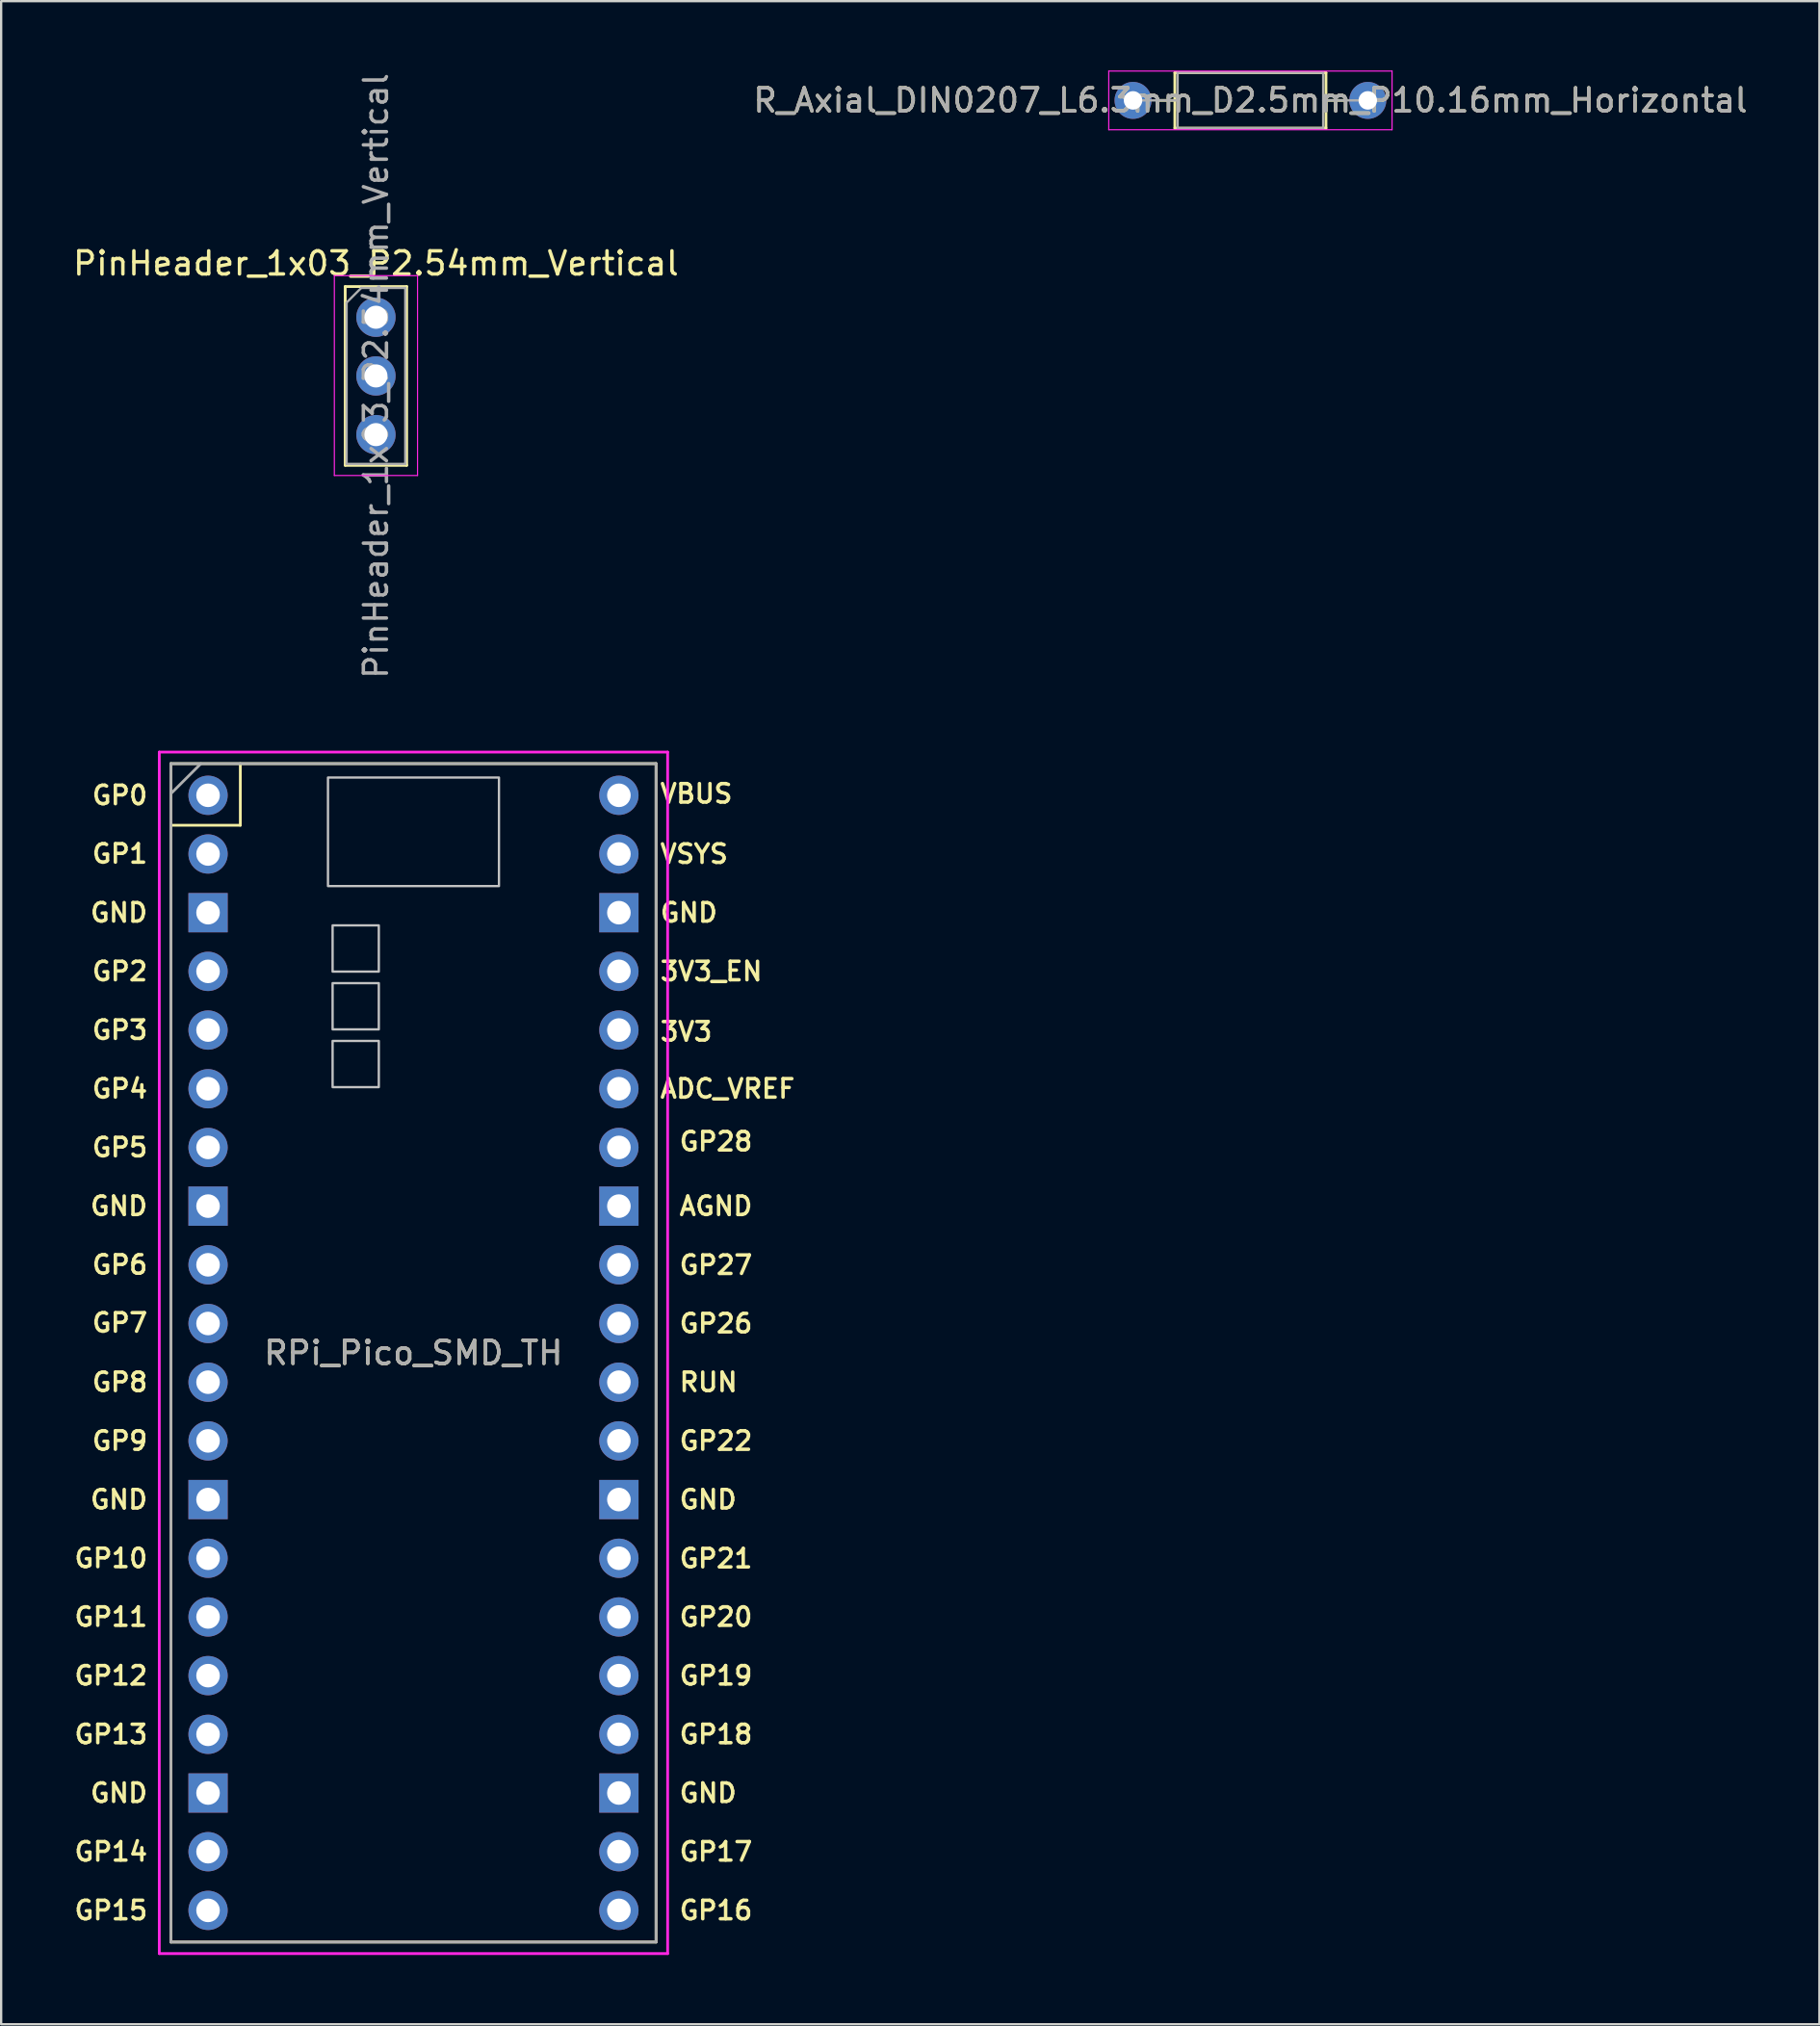
<source format=kicad_pcb>
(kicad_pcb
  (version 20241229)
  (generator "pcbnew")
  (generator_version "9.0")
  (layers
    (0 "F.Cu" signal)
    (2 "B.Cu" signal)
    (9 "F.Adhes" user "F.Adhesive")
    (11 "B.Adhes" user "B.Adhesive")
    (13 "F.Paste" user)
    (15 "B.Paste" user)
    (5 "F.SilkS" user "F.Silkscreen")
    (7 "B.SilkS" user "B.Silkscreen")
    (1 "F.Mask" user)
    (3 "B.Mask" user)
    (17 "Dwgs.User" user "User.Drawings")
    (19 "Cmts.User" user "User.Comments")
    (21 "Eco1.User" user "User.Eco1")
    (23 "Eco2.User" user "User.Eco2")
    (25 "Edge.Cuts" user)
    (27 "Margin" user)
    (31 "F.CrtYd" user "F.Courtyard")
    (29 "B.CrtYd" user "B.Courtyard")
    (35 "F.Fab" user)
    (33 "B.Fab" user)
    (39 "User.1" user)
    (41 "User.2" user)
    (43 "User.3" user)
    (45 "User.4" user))
  (footprint "RPi_Pico_SMD_TH"
    (layer "F.Cu")
    (at 14.844 55.5)
    (property "Reference" "RPi_Pico_SMD_TH" (at 0 0 0) (layer "F.SilkS") (effects (font (size 1 1) (thickness 0.15))))
    (attr through_hole)
    (fp_line (start -10.5 -25.5) (end -10.5 25.5) (stroke (width 0.12) (type solid)) (layer "F.SilkS"))
    (fp_line (start -10.5 -25.5) (end 10.5 -25.5) (stroke (width 0.12) (type solid)) (layer "F.SilkS"))
    (fp_line (start -10.5 -22.833) (end -7.493 -22.833) (stroke (width 0.12) (type solid)) (layer "F.SilkS"))
    (fp_line (start -7.493 -22.833) (end -7.493 -25.5) (stroke (width 0.12) (type solid)) (layer "F.SilkS"))
    (fp_line (start 10.5 -25.5) (end 10.5 25.5) (stroke (width 0.12) (type solid)) (layer "F.SilkS"))
    (fp_line (start 10.5 25.5) (end -10.5 25.5) (stroke (width 0.12) (type solid)) (layer "F.SilkS"))
    (fp_poly (pts (xy -1.5 -16.5) (xy -3.5 -16.5) (xy -3.5 -18.5) (xy -1.5 -18.5)) (stroke (width 0.1) (type solid)) (fill no) (layer "Dwgs.User"))
    (fp_poly (pts (xy -1.5 -14) (xy -3.5 -14) (xy -3.5 -16) (xy -1.5 -16)) (stroke (width 0.1) (type solid)) (fill no) (layer "Dwgs.User"))
    (fp_poly (pts (xy -1.5 -11.5) (xy -3.5 -11.5) (xy -3.5 -13.5) (xy -1.5 -13.5)) (stroke (width 0.1) (type solid)) (fill no) (layer "Dwgs.User"))
    (fp_poly (pts (xy 3.7 -20.2) (xy -3.7 -20.2) (xy -3.7 -24.9) (xy 3.7 -24.9)) (stroke (width 0.1) (type solid)) (fill no) (layer "Dwgs.User"))
    (fp_line (start -11 -26) (end 11 -26) (stroke (width 0.12) (type solid)) (layer "F.CrtYd"))
    (fp_line (start -11 26) (end -11 -26) (stroke (width 0.12) (type solid)) (layer "F.CrtYd"))
    (fp_line (start 11 -26) (end 11 26) (stroke (width 0.12) (type solid)) (layer "F.CrtYd"))
    (fp_line (start 11 26) (end -11 26) (stroke (width 0.12) (type solid)) (layer "F.CrtYd"))
    (fp_line (start -10.5 -25.5) (end 10.5 -25.5) (stroke (width 0.12) (type solid)) (layer "F.Fab"))
    (fp_line (start -10.5 -24.2) (end -9.2 -25.5) (stroke (width 0.12) (type solid)) (layer "F.Fab"))
    (fp_line (start -10.5 25.5) (end -10.5 -25.5) (stroke (width 0.12) (type solid)) (layer "F.Fab"))
    (fp_line (start 10.5 -25.5) (end 10.5 25.5) (stroke (width 0.12) (type solid)) (layer "F.Fab"))
    (fp_line (start 10.5 25.5) (end -10.5 25.5) (stroke (width 0.12) (type solid)) (layer "F.Fab"))
    (fp_text user "AGND" (at 11.43 -6.35 0) (layer "F.SilkS") (effects (font (size 0.8 0.8) (thickness 0.15)) (justify left)))
    (fp_text user "GND" (at 11.43 6.35 0) (layer "F.SilkS") (effects (font (size 0.8 0.8) (thickness 0.15)) (justify left)))
    (fp_text user "GP5" (at -11.43 -8.89 0) (layer "F.SilkS") (effects (font (size 0.8 0.8) (thickness 0.15)) (justify right)))
    (fp_text user "GP22" (at 11.43 3.81 0) (layer "F.SilkS") (effects (font (size 0.8 0.8) (thickness 0.15)) (justify left)))
    (fp_text user "GP18" (at 11.43 16.51 0) (layer "F.SilkS") (effects (font (size 0.8 0.8) (thickness 0.15)) (justify left)))
    (fp_text user "GP11" (at -11.43 11.43 0) (layer "F.SilkS") (effects (font (size 0.8 0.8) (thickness 0.15)) (justify right)))
    (fp_text user "GP13" (at -11.43 16.51 0) (layer "F.SilkS") (effects (font (size 0.8 0.8) (thickness 0.15)) (justify right)))
    (fp_text user "3V3_EN" (at 10.6 -16.51 0) (layer "F.SilkS") (effects (font (size 0.8 0.8) (thickness 0.15)) (justify left)))
    (fp_text user "GND" (at -11.43 6.35 0) (layer "F.SilkS") (effects (font (size 0.8 0.8) (thickness 0.15)) (justify right)))
    (fp_text user "GND" (at 10.6 -19.05 0) (layer "F.SilkS") (effects (font (size 0.8 0.8) (thickness 0.15)) (justify left)))
    (fp_text user "RUN" (at 11.43 1.27 0) (layer "F.SilkS") (effects (font (size 0.8 0.8) (thickness 0.15)) (justify left)))
    (fp_text user "GND" (at -11.43 -6.35 0) (layer "F.SilkS") (effects (font (size 0.8 0.8) (thickness 0.15)) (justify right)))
    (fp_text user "GP21" (at 11.43 8.9 0) (layer "F.SilkS") (effects (font (size 0.8 0.8) (thickness 0.15)) (justify left)))
    (fp_text user "GP0" (at -11.43 -24.13 0) (layer "F.SilkS") (effects (font (size 0.8 0.8) (thickness 0.15)) (justify right)))
    (fp_text user "GP16" (at 11.43 24.13 0) (layer "F.SilkS") (effects (font (size 0.8 0.8) (thickness 0.15)) (justify left)))
    (fp_text user "GP17" (at 11.43 21.59 0) (layer "F.SilkS") (effects (font (size 0.8 0.8) (thickness 0.15)) (justify left)))
    (fp_text user "GP1" (at -11.43 -21.6 0) (layer "F.SilkS") (effects (font (size 0.8 0.8) (thickness 0.15)) (justify right)))
    (fp_text user "GP15" (at -11.43 24.13 0) (layer "F.SilkS") (effects (font (size 0.8 0.8) (thickness 0.15)) (justify right)))
    (fp_text user "VBUS" (at 10.6 -24.2 0) (layer "F.SilkS") (effects (font (size 0.8 0.8) (thickness 0.15)) (justify left)))
    (fp_text user "GND" (at -11.43 -19.05 0) (layer "F.SilkS") (effects (font (size 0.8 0.8) (thickness 0.15)) (justify right)))
    (fp_text user "GND" (at 11.43 19.05 0) (layer "F.SilkS") (effects (font (size 0.8 0.8) (thickness 0.15)) (justify left)))
    (fp_text user "GP8" (at -11.43 1.27 0) (layer "F.SilkS") (effects (font (size 0.8 0.8) (thickness 0.15)) (justify right)))
    (fp_text user "GP20" (at 11.43 11.43 0) (layer "F.SilkS") (effects (font (size 0.8 0.8) (thickness 0.15)) (justify left)))
    (fp_text user "VSYS" (at 10.6 -21.59 0) (layer "F.SilkS") (effects (font (size 0.8 0.8) (thickness 0.15)) (justify left)))
    (fp_text user "GP27" (at 11.43 -3.8 0) (layer "F.SilkS") (effects (font (size 0.8 0.8) (thickness 0.15)) (justify left)))
    (fp_text user "GP26" (at 11.43 -1.27 0) (layer "F.SilkS") (effects (font (size 0.8 0.8) (thickness 0.15)) (justify left)))
    (fp_text user "GP19" (at 11.43 13.97 0) (layer "F.SilkS") (effects (font (size 0.8 0.8) (thickness 0.15)) (justify left)))
    (fp_text user "GP6" (at -11.43 -3.81 0) (layer "F.SilkS") (effects (font (size 0.8 0.8) (thickness 0.15)) (justify right)))
    (fp_text user "GP28" (at 11.43 -9.144 0) (layer "F.SilkS") (effects (font (size 0.8 0.8) (thickness 0.15)) (justify left)))
    (fp_text user "GP4" (at -11.43 -11.43 0) (layer "F.SilkS") (effects (font (size 0.8 0.8) (thickness 0.15)) (justify right)))
    (fp_text user "GP9" (at -11.43 3.81 0) (layer "F.SilkS") (effects (font (size 0.8 0.8) (thickness 0.15)) (justify right)))
    (fp_text user "3V3" (at 10.6 -13.9 0) (layer "F.SilkS") (effects (font (size 0.8 0.8) (thickness 0.15)) (justify left)))
    (fp_text user "GP3" (at -11.43 -13.97 0) (layer "F.SilkS") (effects (font (size 0.8 0.8) (thickness 0.15)) (justify right)))
    (fp_text user "GP12" (at -11.43 13.97 0) (layer "F.SilkS") (effects (font (size 0.8 0.8) (thickness 0.15)) (justify right)))
    (fp_text user "GP14" (at -11.43 21.59 0) (layer "F.SilkS") (effects (font (size 0.8 0.8) (thickness 0.15)) (justify right)))
    (fp_text user "GP7" (at -11.43 -1.3 0) (layer "F.SilkS") (effects (font (size 0.8 0.8) (thickness 0.15)) (justify right)))
    (fp_text user "GND" (at -11.43 19.05 0) (layer "F.SilkS") (effects (font (size 0.8 0.8) (thickness 0.15)) (justify right)))
    (fp_text user "GP10" (at -11.43 8.89 0) (layer "F.SilkS") (effects (font (size 0.8 0.8) (thickness 0.15)) (justify right)))
    (fp_text user "GP2" (at -11.43 -16.51 0) (layer "F.SilkS") (effects (font (size 0.8 0.8) (thickness 0.15)) (justify right)))
    (fp_text user "ADC_VREF" (at 10.6 -11.43 0) (layer "F.SilkS") (effects (font (size 0.8 0.8) (thickness 0.15)) (justify left)))
    (fp_text user "${REFERENCE}" (at 0 0 180) (layer "F.Fab") (effects (font (size 1 1) (thickness 0.15))))
    (pad "1" thru_hole oval (at -8.89 -24.13) (size 1.7 1.7) (drill 1.02) (layers "*.Cu" "*.Mask"))
    (pad "2" thru_hole oval (at -8.89 -21.59) (size 1.7 1.7) (drill 1.02) (layers "*.Cu" "*.Mask"))
    (pad "3" thru_hole rect (at -8.89 -19.05) (size 1.7 1.7) (drill 1.02) (layers "*.Cu" "*.Mask"))
    (pad "4" thru_hole oval (at -8.89 -16.51) (size 1.7 1.7) (drill 1.02) (layers "*.Cu" "*.Mask"))
    (pad "5" thru_hole oval (at -8.89 -13.97) (size 1.7 1.7) (drill 1.02) (layers "*.Cu" "*.Mask"))
    (pad "6" thru_hole oval (at -8.89 -11.43) (size 1.7 1.7) (drill 1.02) (layers "*.Cu" "*.Mask"))
    (pad "7" thru_hole oval (at -8.89 -8.89) (size 1.7 1.7) (drill 1.02) (layers "*.Cu" "*.Mask"))
    (pad "8" thru_hole rect (at -8.89 -6.35) (size 1.7 1.7) (drill 1.02) (layers "*.Cu" "*.Mask"))
    (pad "9" thru_hole oval (at -8.89 -3.81) (size 1.7 1.7) (drill 1.02) (layers "*.Cu" "*.Mask"))
    (pad "10" thru_hole oval (at -8.89 -1.27) (size 1.7 1.7) (drill 1.02) (layers "*.Cu" "*.Mask"))
    (pad "11" thru_hole oval (at -8.89 1.27) (size 1.7 1.7) (drill 1.02) (layers "*.Cu" "*.Mask"))
    (pad "12" thru_hole oval (at -8.89 3.81) (size 1.7 1.7) (drill 1.02) (layers "*.Cu" "*.Mask"))
    (pad "13" thru_hole rect (at -8.89 6.35) (size 1.7 1.7) (drill 1.02) (layers "*.Cu" "*.Mask"))
    (pad "14" thru_hole oval (at -8.89 8.89) (size 1.7 1.7) (drill 1.02) (layers "*.Cu" "*.Mask"))
    (pad "15" thru_hole oval (at -8.89 11.43) (size 1.7 1.7) (drill 1.02) (layers "*.Cu" "*.Mask"))
    (pad "16" thru_hole oval (at -8.89 13.97) (size 1.7 1.7) (drill 1.02) (layers "*.Cu" "*.Mask"))
    (pad "17" thru_hole oval (at -8.89 16.51) (size 1.7 1.7) (drill 1.02) (layers "*.Cu" "*.Mask"))
    (pad "18" thru_hole rect (at -8.89 19.05) (size 1.7 1.7) (drill 1.02) (layers "*.Cu" "*.Mask"))
    (pad "19" thru_hole oval (at -8.89 21.59) (size 1.7 1.7) (drill 1.02) (layers "*.Cu" "*.Mask"))
    (pad "20" thru_hole oval (at -8.89 24.13) (size 1.7 1.7) (drill 1.02) (layers "*.Cu" "*.Mask"))
    (pad "21" thru_hole oval (at 8.89 24.13) (size 1.7 1.7) (drill 1.02) (layers "*.Cu" "*.Mask"))
    (pad "22" thru_hole oval (at 8.89 21.59) (size 1.7 1.7) (drill 1.02) (layers "*.Cu" "*.Mask"))
    (pad "23" thru_hole rect (at 8.89 19.05) (size 1.7 1.7) (drill 1.02) (layers "*.Cu" "*.Mask"))
    (pad "24" thru_hole oval (at 8.89 16.51) (size 1.7 1.7) (drill 1.02) (layers "*.Cu" "*.Mask"))
    (pad "25" thru_hole oval (at 8.89 13.97) (size 1.7 1.7) (drill 1.02) (layers "*.Cu" "*.Mask"))
    (pad "26" thru_hole oval (at 8.89 11.43) (size 1.7 1.7) (drill 1.02) (layers "*.Cu" "*.Mask"))
    (pad "27" thru_hole oval (at 8.89 8.89) (size 1.7 1.7) (drill 1.02) (layers "*.Cu" "*.Mask"))
    (pad "28" thru_hole rect (at 8.89 6.35) (size 1.7 1.7) (drill 1.02) (layers "*.Cu" "*.Mask"))
    (pad "29" thru_hole oval (at 8.89 3.81) (size 1.7 1.7) (drill 1.02) (layers "*.Cu" "*.Mask"))
    (pad "30" thru_hole oval (at 8.89 1.27) (size 1.7 1.7) (drill 1.02) (layers "*.Cu" "*.Mask"))
    (pad "31" thru_hole oval (at 8.89 -1.27) (size 1.7 1.7) (drill 1.02) (layers "*.Cu" "*.Mask"))
    (pad "32" thru_hole oval (at 8.89 -3.81) (size 1.7 1.7) (drill 1.02) (layers "*.Cu" "*.Mask"))
    (pad "33" thru_hole rect (at 8.89 -6.35) (size 1.7 1.7) (drill 1.02) (layers "*.Cu" "*.Mask"))
    (pad "34" thru_hole oval (at 8.89 -8.89) (size 1.7 1.7) (drill 1.02) (layers "*.Cu" "*.Mask"))
    (pad "35" thru_hole oval (at 8.89 -11.43) (size 1.7 1.7) (drill 1.02) (layers "*.Cu" "*.Mask"))
    (pad "36" thru_hole oval (at 8.89 -13.97) (size 1.7 1.7) (drill 1.02) (layers "*.Cu" "*.Mask"))
    (pad "37" thru_hole oval (at 8.89 -16.51) (size 1.7 1.7) (drill 1.02) (layers "*.Cu" "*.Mask"))
    (pad "38" thru_hole rect (at 8.89 -19.05) (size 1.7 1.7) (drill 1.02) (layers "*.Cu" "*.Mask"))
    (pad "39" thru_hole oval (at 8.89 -21.59) (size 1.7 1.7) (drill 1.02) (layers "*.Cu" "*.Mask"))
    (pad "40" thru_hole oval (at 8.89 -24.13) (size 1.7 1.7) (drill 1.02) (layers "*.Cu" "*.Mask")))
  (footprint "PinHeader_1x03_P2.54mm_Vertical"
    (layer "F.Cu")
    (at 13.22 10.68)
    (property "Reference" "PinHeader_1x03_P2.54mm_Vertical" (at 0 -2.33 0) (layer "F.SilkS") (effects (font (size 1 1) (thickness 0.15))))
    (attr through_hole)
    (fp_line (start -1.33 -1.33) (end -1.33 6.41) (stroke (width 0.12) (type solid)) (layer "F.SilkS"))
    (fp_line (start -1.33 -1.33) (end 1.33 -1.33) (stroke (width 0.12) (type solid)) (layer "F.SilkS"))
    (fp_line (start -1.33 6.41) (end 1.33 6.41) (stroke (width 0.12) (type solid)) (layer "F.SilkS"))
    (fp_line (start 1.33 -1.33) (end 1.33 6.41) (stroke (width 0.12) (type solid)) (layer "F.SilkS"))
    (fp_line (start -1.8 -1.8) (end -1.8 6.85) (stroke (width 0.05) (type solid)) (layer "F.CrtYd"))
    (fp_line (start -1.8 6.85) (end 1.8 6.85) (stroke (width 0.05) (type solid)) (layer "F.CrtYd"))
    (fp_line (start 1.8 -1.8) (end -1.8 -1.8) (stroke (width 0.05) (type solid)) (layer "F.CrtYd"))
    (fp_line (start 1.8 6.85) (end 1.8 -1.8) (stroke (width 0.05) (type solid)) (layer "F.CrtYd"))
    (fp_line (start -1.27 -0.635) (end -0.635 -1.27) (stroke (width 0.1) (type solid)) (layer "F.Fab"))
    (fp_line (start -1.27 6.35) (end -1.27 -0.635) (stroke (width 0.1) (type solid)) (layer "F.Fab"))
    (fp_line (start -0.635 -1.27) (end 1.27 -1.27) (stroke (width 0.1) (type solid)) (layer "F.Fab"))
    (fp_line (start 1.27 -1.27) (end 1.27 6.35) (stroke (width 0.1) (type solid)) (layer "F.Fab"))
    (fp_line (start 1.27 6.35) (end -1.27 6.35) (stroke (width 0.1) (type solid)) (layer "F.Fab"))
    (fp_text user "${REFERENCE}" (at 0 2.54 90) (layer "F.Fab") (effects (font (size 1 1) (thickness 0.15))))
    (pad "1" thru_hole oval (at 0 0) (size 1.7 1.7) (drill 1) (layers "*.Cu" "*.Mask"))
    (pad "2" thru_hole oval (at 0 2.54) (size 1.7 1.7) (drill 1) (layers "*.Cu" "*.Mask"))
    (pad "3" thru_hole oval (at 0 5.08) (size 1.7 1.7) (drill 1) (layers "*.Cu" "*.Mask")))
  (footprint "R_Axial_DIN0207_L6.3mm_D2.5mm_P10.16mm_Horizontal"
    (layer "F.Cu")
    (at 45.985 1.295)
    (property "Reference" "R_Axial_DIN0207_L6.3mm_D2.5mm_P10.16mm_Horizontal" (at 5.08 0 0) (layer "F.SilkS") (effects (font (size 1 1) (thickness 0.15))))
    (attr through_hole)
    (fp_line (start 1.04 0) (end 1.81 0) (stroke (width 0.12) (type solid)) (layer "F.SilkS"))
    (fp_line (start 1.81 -1.2) (end 1.81 1.2) (stroke (width 0.12) (type solid)) (layer "F.SilkS"))
    (fp_line (start 1.81 1.2) (end 8.35 1.2) (stroke (width 0.12) (type solid)) (layer "F.SilkS"))
    (fp_line (start 8.35 -1.2) (end 1.81 -1.2) (stroke (width 0.12) (type solid)) (layer "F.SilkS"))
    (fp_line (start 8.35 1.2) (end 8.35 -1.2) (stroke (width 0.12) (type solid)) (layer "F.SilkS"))
    (fp_line (start 9.12 0) (end 8.35 0) (stroke (width 0.12) (type solid)) (layer "F.SilkS"))
    (fp_line (start -1.05 -1.27) (end -1.05 1.27) (stroke (width 0.05) (type solid)) (layer "F.CrtYd"))
    (fp_line (start -1.05 1.27) (end 11.21 1.27) (stroke (width 0.05) (type solid)) (layer "F.CrtYd"))
    (fp_line (start 11.21 -1.27) (end -1.05 -1.27) (stroke (width 0.05) (type solid)) (layer "F.CrtYd"))
    (fp_line (start 11.21 1.27) (end 11.21 -1.27) (stroke (width 0.05) (type solid)) (layer "F.CrtYd"))
    (fp_line (start 0 0) (end 1.93 0) (stroke (width 0.1) (type solid)) (layer "F.Fab"))
    (fp_line (start 1.93 -1.2) (end 1.93 1.2) (stroke (width 0.1) (type solid)) (layer "F.Fab"))
    (fp_line (start 1.93 1.2) (end 8.23 1.2) (stroke (width 0.1) (type solid)) (layer "F.Fab"))
    (fp_line (start 8.23 -1.2) (end 1.93 -1.2) (stroke (width 0.1) (type solid)) (layer "F.Fab"))
    (fp_line (start 8.23 1.2) (end 8.23 -1.2) (stroke (width 0.1) (type solid)) (layer "F.Fab"))
    (fp_line (start 10.16 0) (end 8.23 0) (stroke (width 0.1) (type solid)) (layer "F.Fab"))
    (fp_text user "${REFERENCE}" (at 5.08 0 0) (layer "F.Fab") (effects (font (size 1 1) (thickness 0.15))))
    (pad "1" thru_hole circle (at 0 0) (size 1.6 1.6) (drill 0.8) (layers "*.Cu" "*.Mask"))
    (pad "2" thru_hole oval (at 10.16 0) (size 1.6 1.6) (drill 0.8) (layers "*.Cu" "*.Mask")))
  (gr_rect
    (start -3 -3)
    (end 75.69 84.56)
    (stroke (width 0.1) (type default))
    (fill no)
    (layer "Edge.Cuts")))
</source>
